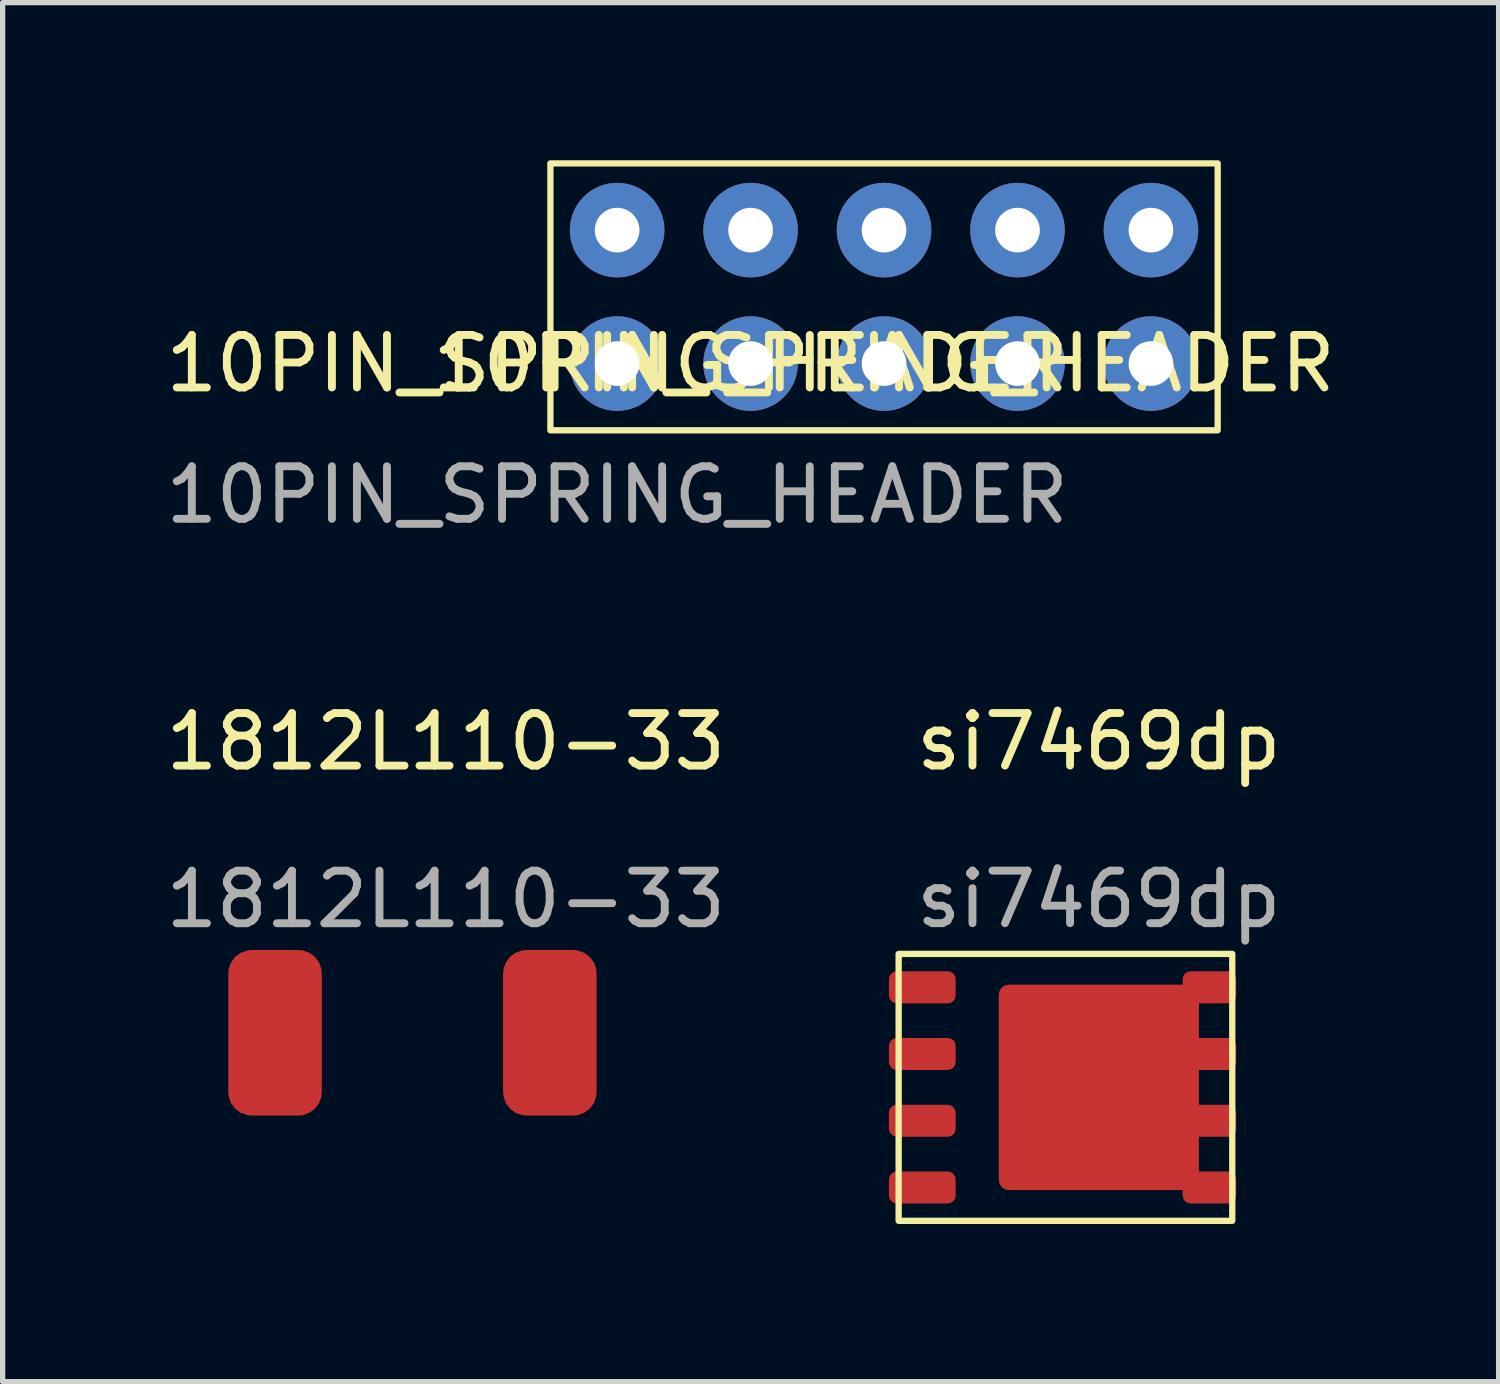
<source format=kicad_pcb>
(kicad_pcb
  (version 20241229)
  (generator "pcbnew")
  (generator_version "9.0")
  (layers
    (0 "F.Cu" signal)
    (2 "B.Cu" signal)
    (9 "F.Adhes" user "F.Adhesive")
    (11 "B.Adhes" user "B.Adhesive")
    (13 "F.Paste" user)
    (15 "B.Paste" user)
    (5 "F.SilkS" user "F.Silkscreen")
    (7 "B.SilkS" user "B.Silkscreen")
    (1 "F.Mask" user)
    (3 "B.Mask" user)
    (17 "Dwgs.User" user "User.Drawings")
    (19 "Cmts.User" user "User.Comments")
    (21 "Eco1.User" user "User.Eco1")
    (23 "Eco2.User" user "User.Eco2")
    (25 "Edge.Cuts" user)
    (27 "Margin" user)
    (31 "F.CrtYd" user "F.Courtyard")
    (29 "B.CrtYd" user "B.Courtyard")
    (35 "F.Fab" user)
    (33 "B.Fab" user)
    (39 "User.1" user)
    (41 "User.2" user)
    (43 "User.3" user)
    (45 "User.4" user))
  (footprint "10PIN_SPRING_HEADER"
    (layer "F.Cu")
    (at 8.696 3.87)
    (property "Reference" "10PIN_SPRING_HEADER" (at 0 0 0) (unlocked yes) (layer "F.SilkS") (effects (font (size 1 1) (thickness 0.15))))
    (attr smd)
    (fp_rect (start -1.27 -3.81) (end 11.43 1.27) (stroke (width 0.12) (type solid)) (fill no) (layer "F.SilkS"))
    (fp_text user "${REFERENCE}" (at 5.08 0 0) (unlocked yes) (layer "F.SilkS") (effects (font (size 1 1) (thickness 0.15))))
    (fp_text user "${REFERENCE}" (at 0 2.5 0) (unlocked yes) (layer "F.Fab") (effects (font (size 1 1) (thickness 0.15))))
    (pad "1" thru_hole circle (at 0 -2.54) (size 1.8 1.8) (drill 0.85) (layers "*.Cu" "*.Mask"))
    (pad "2" thru_hole circle (at 0 0) (size 1.8 1.8) (drill 0.85) (layers "*.Cu" "*.Mask"))
    (pad "3" thru_hole circle (at 2.54 -2.54) (size 1.8 1.8) (drill 0.85) (layers "*.Cu" "*.Mask"))
    (pad "4" thru_hole circle (at 2.54 0) (size 1.8 1.8) (drill 0.85) (layers "*.Cu" "*.Mask"))
    (pad "5" thru_hole circle (at 5.08 -2.54) (size 1.8 1.8) (drill 0.85) (layers "*.Cu" "*.Mask"))
    (pad "6" thru_hole circle (at 5.08 0) (size 1.8 1.8) (drill 0.85) (layers "*.Cu" "*.Mask"))
    (pad "7" thru_hole circle (at 7.62 -2.54) (size 1.8 1.8) (drill 0.85) (layers "*.Cu" "*.Mask"))
    (pad "8" thru_hole circle (at 7.62 0) (size 1.8 1.8) (drill 0.85) (layers "*.Cu" "*.Mask"))
    (pad "9" thru_hole circle (at 10.16 -2.54) (size 1.8 1.8) (drill 0.85) (layers "*.Cu" "*.Mask"))
    (pad "10" thru_hole circle (at 10.16 0) (size 1.8 1.8) (drill 0.85) (layers "*.Cu" "*.Mask")))
  (footprint "si7469dp"
    (layer "F.Cu")
    (at 17.864 17.646)
    (property "Reference" "si7469dp" (at 0 -6.58 0) (unlocked yes) (layer "F.SilkS") (effects (font (size 1 1) (thickness 0.15))))
    (attr smd)
    (fp_rect (start -3.81 -2.54) (end 2.54 2.54) (stroke (width 0.12) (type solid)) (fill no) (layer "F.SilkS"))
    (fp_text user "${REFERENCE}" (at 0 -3.58 0) (unlocked yes) (layer "F.Fab") (effects (font (size 1 1) (thickness 0.15))))
    (pad "1" smd roundrect (at -3.36 -1.905) (size 1.27 0.61) (layers "F.Cu" "F.Mask" "F.Paste") (roundrect_rratio 0.25))
    (pad "2" smd roundrect (at -3.36 -0.635) (size 1.27 0.61) (layers "F.Cu" "F.Mask" "F.Paste") (roundrect_rratio 0.25))
    (pad "3" smd roundrect (at -3.36 0.635) (size 1.27 0.61) (layers "F.Cu" "F.Mask" "F.Paste") (roundrect_rratio 0.25))
    (pad "4" smd roundrect (at -3.36 1.905) (size 1.27 0.61) (layers "F.Cu" "F.Mask" "F.Paste") (roundrect_rratio 0.25))
    (pad "5" smd roundrect (at 0 0) (size 3.81 3.91) (layers "F.Cu" "F.Mask" "F.Paste") (roundrect_rratio 0.05))
    (pad "5" smd roundrect (at 2.105 -1.905) (size 1.02 0.61) (layers "F.Cu" "F.Mask" "F.Paste") (roundrect_rratio 0.25))
    (pad "5" smd roundrect (at 2.105 -0.635) (size 1.02 0.61) (layers "F.Cu" "F.Mask" "F.Paste") (roundrect_rratio 0.25))
    (pad "5" smd roundrect (at 2.105 0.635) (size 1.02 0.61) (layers "F.Cu" "F.Mask" "F.Paste") (roundrect_rratio 0.25))
    (pad "5" smd roundrect (at 2.105 1.905) (size 1.02 0.61) (layers "F.Cu" "F.Mask" "F.Paste") (roundrect_rratio 0.25)))
  (footprint "1812L110-33"
    (layer "F.Cu")
    (at 4.8 16.607)
    (property "Reference" "1812L110-33" (at 0.635 -5.54 0) (unlocked yes) (layer "F.SilkS") (effects (font (size 1 1) (thickness 0.15))))
    (attr smd)
    (fp_text user "${REFERENCE}" (at 0.635 -2.54 0) (unlocked yes) (layer "F.Fab") (effects (font (size 1 1) (thickness 0.15))))
    (pad "1" smd roundrect (at -2.615 0) (size 1.78 3.15) (layers "F.Cu" "F.Mask" "F.Paste") (roundrect_rratio 0.25))
    (pad "2" smd roundrect (at 2.615 0) (size 1.78 3.15) (layers "F.Cu" "F.Mask" "F.Paste") (roundrect_rratio 0.25)))
  (gr_rect
    (start -3 -3)
    (end 25.473 23.247)
    (stroke (width 0.1) (type default))
    (fill no)
    (layer "Edge.Cuts")))
</source>
